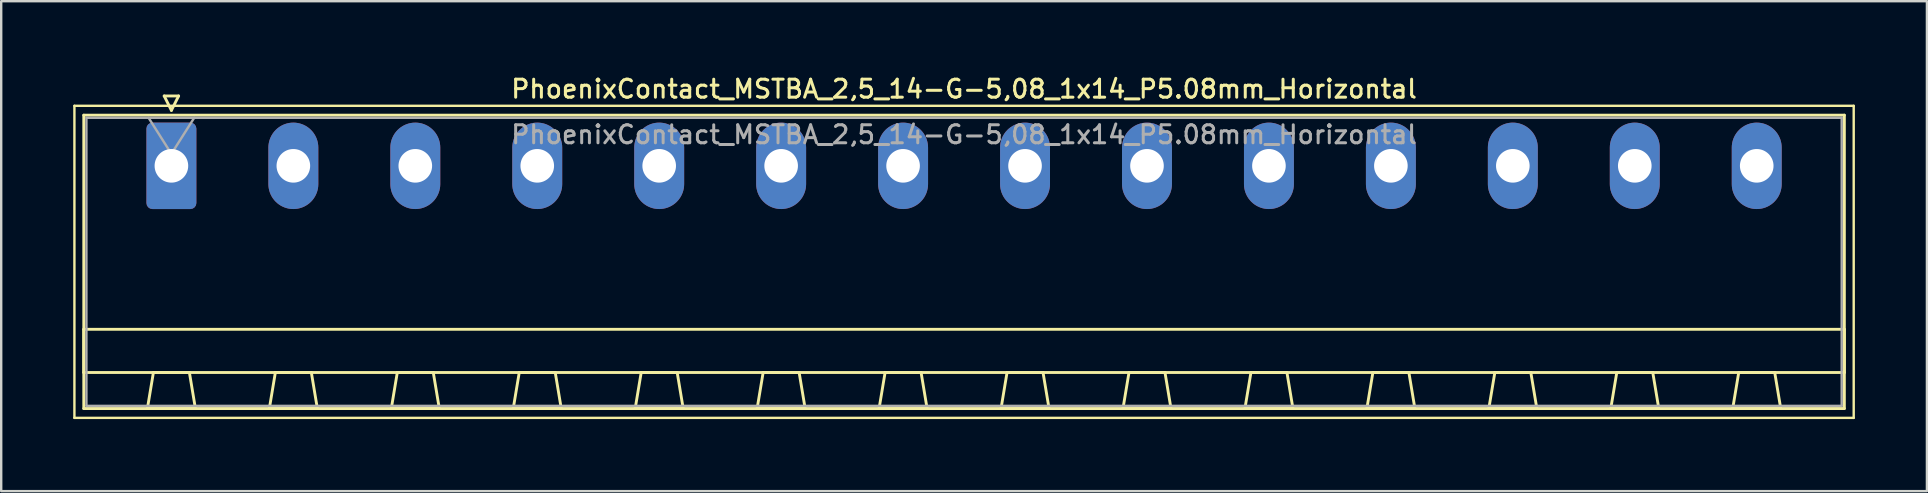
<source format=kicad_pcb>
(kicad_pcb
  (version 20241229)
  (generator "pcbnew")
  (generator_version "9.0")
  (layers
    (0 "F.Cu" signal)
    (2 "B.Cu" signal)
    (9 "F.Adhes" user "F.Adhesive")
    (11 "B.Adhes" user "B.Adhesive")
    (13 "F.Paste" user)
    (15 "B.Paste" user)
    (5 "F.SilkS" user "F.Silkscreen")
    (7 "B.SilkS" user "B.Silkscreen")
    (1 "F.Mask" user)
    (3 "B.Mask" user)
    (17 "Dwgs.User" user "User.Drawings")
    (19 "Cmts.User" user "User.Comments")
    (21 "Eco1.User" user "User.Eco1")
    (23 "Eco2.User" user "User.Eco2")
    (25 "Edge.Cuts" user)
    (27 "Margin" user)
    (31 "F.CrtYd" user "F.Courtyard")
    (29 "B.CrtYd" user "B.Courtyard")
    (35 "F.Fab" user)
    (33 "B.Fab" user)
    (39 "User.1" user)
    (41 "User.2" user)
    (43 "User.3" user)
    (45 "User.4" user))
  (footprint "PhoenixContact_MSTBA_2,5_14-G-5,08_1x14_P5.08mm_Horizontal"
    (layer "F.Cu")
    (at 4.09 3.858)
    (property "Reference" "PhoenixContact_MSTBA_2,5_14-G-5,08_1x14_P5.08mm_Horizontal" (at 33.02 -3.2 0) (layer "F.SilkS") (effects (font (size 0.75 0.75) (thickness 0.125))))
    (attr through_hole)
    (fp_line (start -4.04 -2.5) (end -4.04 10.5) (stroke (width 0.1) (type solid)) (layer "F.SilkS"))
    (fp_line (start -4.04 10.5) (end 70.08 10.5) (stroke (width 0.1) (type solid)) (layer "F.SilkS"))
    (fp_line (start -3.65 -2.11) (end -3.65 10.11) (stroke (width 0.12) (type solid)) (layer "F.SilkS"))
    (fp_line (start -3.65 6.81) (end 69.69 6.81) (stroke (width 0.12) (type solid)) (layer "F.SilkS"))
    (fp_line (start -3.65 8.61) (end -3.65 6.81) (stroke (width 0.12) (type solid)) (layer "F.SilkS"))
    (fp_line (start -3.65 10.11) (end 69.69 10.11) (stroke (width 0.12) (type solid)) (layer "F.SilkS"))
    (fp_line (start -1 10.11) (end 1 10.11) (stroke (width 0.12) (type solid)) (layer "F.SilkS"))
    (fp_line (start -0.75 8.61) (end -1 10.11) (stroke (width 0.12) (type solid)) (layer "F.SilkS"))
    (fp_line (start -0.3 -2.91) (end 0.3 -2.91) (stroke (width 0.12) (type solid)) (layer "F.SilkS"))
    (fp_line (start 0 -2.31) (end -0.3 -2.91) (stroke (width 0.12) (type solid)) (layer "F.SilkS"))
    (fp_line (start 0.3 -2.91) (end 0 -2.31) (stroke (width 0.12) (type solid)) (layer "F.SilkS"))
    (fp_line (start 0.75 8.61) (end -0.75 8.61) (stroke (width 0.12) (type solid)) (layer "F.SilkS"))
    (fp_line (start 1 10.11) (end 0.75 8.61) (stroke (width 0.12) (type solid)) (layer "F.SilkS"))
    (fp_line (start 4.08 10.11) (end 6.08 10.11) (stroke (width 0.12) (type solid)) (layer "F.SilkS"))
    (fp_line (start 4.33 8.61) (end 4.08 10.11) (stroke (width 0.12) (type solid)) (layer "F.SilkS"))
    (fp_line (start 5.83 8.61) (end 4.33 8.61) (stroke (width 0.12) (type solid)) (layer "F.SilkS"))
    (fp_line (start 6.08 10.11) (end 5.83 8.61) (stroke (width 0.12) (type solid)) (layer "F.SilkS"))
    (fp_line (start 9.16 10.11) (end 11.16 10.11) (stroke (width 0.12) (type solid)) (layer "F.SilkS"))
    (fp_line (start 9.41 8.61) (end 9.16 10.11) (stroke (width 0.12) (type solid)) (layer "F.SilkS"))
    (fp_line (start 10.91 8.61) (end 9.41 8.61) (stroke (width 0.12) (type solid)) (layer "F.SilkS"))
    (fp_line (start 11.16 10.11) (end 10.91 8.61) (stroke (width 0.12) (type solid)) (layer "F.SilkS"))
    (fp_line (start 14.24 10.11) (end 16.24 10.11) (stroke (width 0.12) (type solid)) (layer "F.SilkS"))
    (fp_line (start 14.49 8.61) (end 14.24 10.11) (stroke (width 0.12) (type solid)) (layer "F.SilkS"))
    (fp_line (start 15.99 8.61) (end 14.49 8.61) (stroke (width 0.12) (type solid)) (layer "F.SilkS"))
    (fp_line (start 16.24 10.11) (end 15.99 8.61) (stroke (width 0.12) (type solid)) (layer "F.SilkS"))
    (fp_line (start 19.32 10.11) (end 21.32 10.11) (stroke (width 0.12) (type solid)) (layer "F.SilkS"))
    (fp_line (start 19.57 8.61) (end 19.32 10.11) (stroke (width 0.12) (type solid)) (layer "F.SilkS"))
    (fp_line (start 21.07 8.61) (end 19.57 8.61) (stroke (width 0.12) (type solid)) (layer "F.SilkS"))
    (fp_line (start 21.32 10.11) (end 21.07 8.61) (stroke (width 0.12) (type solid)) (layer "F.SilkS"))
    (fp_line (start 24.4 10.11) (end 26.4 10.11) (stroke (width 0.12) (type solid)) (layer "F.SilkS"))
    (fp_line (start 24.65 8.61) (end 24.4 10.11) (stroke (width 0.12) (type solid)) (layer "F.SilkS"))
    (fp_line (start 26.15 8.61) (end 24.65 8.61) (stroke (width 0.12) (type solid)) (layer "F.SilkS"))
    (fp_line (start 26.4 10.11) (end 26.15 8.61) (stroke (width 0.12) (type solid)) (layer "F.SilkS"))
    (fp_line (start 29.48 10.11) (end 31.48 10.11) (stroke (width 0.12) (type solid)) (layer "F.SilkS"))
    (fp_line (start 29.73 8.61) (end 29.48 10.11) (stroke (width 0.12) (type solid)) (layer "F.SilkS"))
    (fp_line (start 31.23 8.61) (end 29.73 8.61) (stroke (width 0.12) (type solid)) (layer "F.SilkS"))
    (fp_line (start 31.48 10.11) (end 31.23 8.61) (stroke (width 0.12) (type solid)) (layer "F.SilkS"))
    (fp_line (start 34.56 10.11) (end 36.56 10.11) (stroke (width 0.12) (type solid)) (layer "F.SilkS"))
    (fp_line (start 34.81 8.61) (end 34.56 10.11) (stroke (width 0.12) (type solid)) (layer "F.SilkS"))
    (fp_line (start 36.31 8.61) (end 34.81 8.61) (stroke (width 0.12) (type solid)) (layer "F.SilkS"))
    (fp_line (start 36.56 10.11) (end 36.31 8.61) (stroke (width 0.12) (type solid)) (layer "F.SilkS"))
    (fp_line (start 39.64 10.11) (end 41.64 10.11) (stroke (width 0.12) (type solid)) (layer "F.SilkS"))
    (fp_line (start 39.89 8.61) (end 39.64 10.11) (stroke (width 0.12) (type solid)) (layer "F.SilkS"))
    (fp_line (start 41.39 8.61) (end 39.89 8.61) (stroke (width 0.12) (type solid)) (layer "F.SilkS"))
    (fp_line (start 41.64 10.11) (end 41.39 8.61) (stroke (width 0.12) (type solid)) (layer "F.SilkS"))
    (fp_line (start 44.72 10.11) (end 46.72 10.11) (stroke (width 0.12) (type solid)) (layer "F.SilkS"))
    (fp_line (start 44.97 8.61) (end 44.72 10.11) (stroke (width 0.12) (type solid)) (layer "F.SilkS"))
    (fp_line (start 46.47 8.61) (end 44.97 8.61) (stroke (width 0.12) (type solid)) (layer "F.SilkS"))
    (fp_line (start 46.72 10.11) (end 46.47 8.61) (stroke (width 0.12) (type solid)) (layer "F.SilkS"))
    (fp_line (start 49.8 10.11) (end 51.8 10.11) (stroke (width 0.12) (type solid)) (layer "F.SilkS"))
    (fp_line (start 50.05 8.61) (end 49.8 10.11) (stroke (width 0.12) (type solid)) (layer "F.SilkS"))
    (fp_line (start 51.55 8.61) (end 50.05 8.61) (stroke (width 0.12) (type solid)) (layer "F.SilkS"))
    (fp_line (start 51.8 10.11) (end 51.55 8.61) (stroke (width 0.12) (type solid)) (layer "F.SilkS"))
    (fp_line (start 54.88 10.11) (end 56.88 10.11) (stroke (width 0.12) (type solid)) (layer "F.SilkS"))
    (fp_line (start 55.13 8.61) (end 54.88 10.11) (stroke (width 0.12) (type solid)) (layer "F.SilkS"))
    (fp_line (start 56.63 8.61) (end 55.13 8.61) (stroke (width 0.12) (type solid)) (layer "F.SilkS"))
    (fp_line (start 56.88 10.11) (end 56.63 8.61) (stroke (width 0.12) (type solid)) (layer "F.SilkS"))
    (fp_line (start 59.96 10.11) (end 61.96 10.11) (stroke (width 0.12) (type solid)) (layer "F.SilkS"))
    (fp_line (start 60.21 8.61) (end 59.96 10.11) (stroke (width 0.12) (type solid)) (layer "F.SilkS"))
    (fp_line (start 61.71 8.61) (end 60.21 8.61) (stroke (width 0.12) (type solid)) (layer "F.SilkS"))
    (fp_line (start 61.96 10.11) (end 61.71 8.61) (stroke (width 0.12) (type solid)) (layer "F.SilkS"))
    (fp_line (start 65.04 10.11) (end 67.04 10.11) (stroke (width 0.12) (type solid)) (layer "F.SilkS"))
    (fp_line (start 65.29 8.61) (end 65.04 10.11) (stroke (width 0.12) (type solid)) (layer "F.SilkS"))
    (fp_line (start 66.79 8.61) (end 65.29 8.61) (stroke (width 0.12) (type solid)) (layer "F.SilkS"))
    (fp_line (start 67.04 10.11) (end 66.79 8.61) (stroke (width 0.12) (type solid)) (layer "F.SilkS"))
    (fp_line (start 69.69 -2.11) (end -3.65 -2.11) (stroke (width 0.12) (type solid)) (layer "F.SilkS"))
    (fp_line (start 69.69 6.81) (end 69.69 8.61) (stroke (width 0.12) (type solid)) (layer "F.SilkS"))
    (fp_line (start 69.69 8.61) (end -3.65 8.61) (stroke (width 0.12) (type solid)) (layer "F.SilkS"))
    (fp_line (start 69.69 10.11) (end 69.69 -2.11) (stroke (width 0.12) (type solid)) (layer "F.SilkS"))
    (fp_line (start 70.08 -2.5) (end -4.04 -2.5) (stroke (width 0.1) (type solid)) (layer "F.SilkS"))
    (fp_line (start 70.08 10.5) (end 70.08 -2.5) (stroke (width 0.1) (type solid)) (layer "F.SilkS"))
    (fp_line (start -3.54 -2) (end -3.54 10) (stroke (width 0.1) (type solid)) (layer "F.Fab"))
    (fp_line (start -3.54 10) (end 69.58 10) (stroke (width 0.1) (type solid)) (layer "F.Fab"))
    (fp_line (start 0 -0.5) (end -0.95 -2) (stroke (width 0.1) (type solid)) (layer "F.Fab"))
    (fp_line (start 0.95 -2) (end 0 -0.5) (stroke (width 0.1) (type solid)) (layer "F.Fab"))
    (fp_line (start 69.58 -2) (end -3.54 -2) (stroke (width 0.1) (type solid)) (layer "F.Fab"))
    (fp_line (start 69.58 10) (end 69.58 -2) (stroke (width 0.1) (type solid)) (layer "F.Fab"))
    (fp_text user "${REFERENCE}" (at 33.02 -1.3 0) (layer "F.Fab") (effects (font (size 0.75 0.75) (thickness 0.125))))
    (pad "1" thru_hole roundrect (at 0 0) (size 2.08 3.6) (drill 1.4) (layers "*.Cu" "*.Mask") (roundrect_rratio 0.12))
    (pad "2" thru_hole oval (at 5.08 0) (size 2.08 3.6) (drill 1.4) (layers "*.Cu" "*.Mask"))
    (pad "3" thru_hole oval (at 10.16 0) (size 2.08 3.6) (drill 1.4) (layers "*.Cu" "*.Mask"))
    (pad "4" thru_hole oval (at 15.24 0) (size 2.08 3.6) (drill 1.4) (layers "*.Cu" "*.Mask"))
    (pad "5" thru_hole oval (at 20.32 0) (size 2.08 3.6) (drill 1.4) (layers "*.Cu" "*.Mask"))
    (pad "6" thru_hole oval (at 25.4 0) (size 2.08 3.6) (drill 1.4) (layers "*.Cu" "*.Mask"))
    (pad "7" thru_hole oval (at 30.48 0) (size 2.08 3.6) (drill 1.4) (layers "*.Cu" "*.Mask"))
    (pad "8" thru_hole oval (at 35.56 0) (size 2.08 3.6) (drill 1.4) (layers "*.Cu" "*.Mask"))
    (pad "9" thru_hole oval (at 40.64 0) (size 2.08 3.6) (drill 1.4) (layers "*.Cu" "*.Mask"))
    (pad "10" thru_hole oval (at 45.72 0) (size 2.08 3.6) (drill 1.4) (layers "*.Cu" "*.Mask"))
    (pad "11" thru_hole oval (at 50.8 0) (size 2.08 3.6) (drill 1.4) (layers "*.Cu" "*.Mask"))
    (pad "12" thru_hole oval (at 55.88 0) (size 2.08 3.6) (drill 1.4) (layers "*.Cu" "*.Mask"))
    (pad "13" thru_hole oval (at 60.96 0) (size 2.08 3.6) (drill 1.4) (layers "*.Cu" "*.Mask"))
    (pad "14" thru_hole oval (at 66.04 0) (size 2.08 3.6) (drill 1.4) (layers "*.Cu" "*.Mask")))
  (gr_rect
    (start -3 -3)
    (end 77.22 17.408)
    (stroke (width 0.1) (type default))
    (fill no)
    (layer "Edge.Cuts")))
</source>
